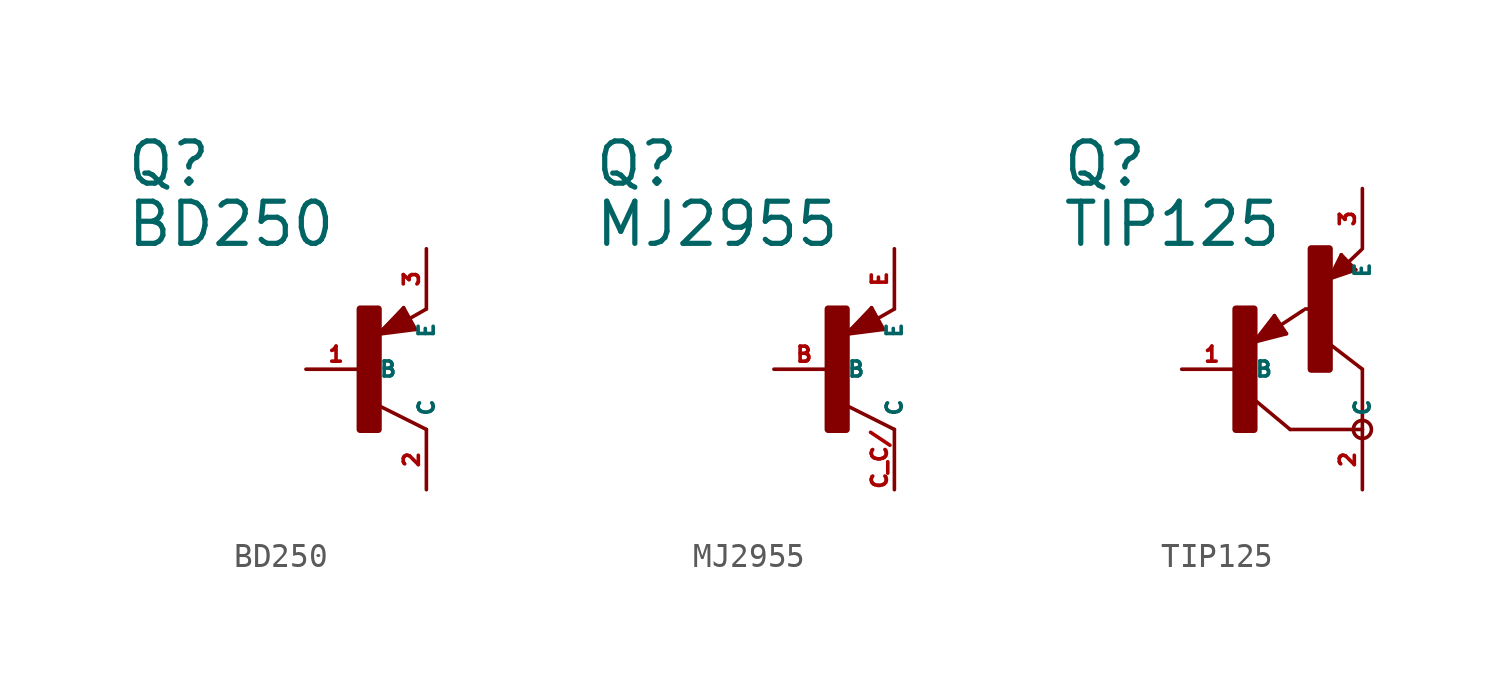
<source format=kicad_sym>
(kicad_symbol_lib
  (version 20220914)
  (generator Eagle2Kicad)
  (symbol "BD250"
    (property "Reference" "Q"
      (at -10.16 7.62 0)
      (effects (font (size 1.778 1.778) (thickness 0.22)) (justify left bottom)))
    (property "Value" "BD250"
      (at -10.16 5.08 0)
      (effects (font (size 1.778 1.778) (thickness 0.22)) (justify left bottom)))
    (polyline
      (pts (xy 2.086 1.678) (xy 1.578 2.594))
      (stroke (width 0.152) (type default))
      (fill (type none)))
    (polyline
      (pts (xy 1.578 2.594) (xy 0.516 1.478))
      (stroke (width 0.152) (type default))
      (fill (type none)))
    (polyline
      (pts (xy 0.516 1.478) (xy 2.086 1.678))
      (stroke (width 0.152) (type default))
      (fill (type none)))
    (polyline
      (pts (xy 2.54 2.54) (xy 1.808 2.124))
      (stroke (width 0.152) (type default))
      (fill (type none)))
    (polyline
      (pts (xy 2.54 -2.54) (xy 0.508 -1.524))
      (stroke (width 0.152) (type default))
      (fill (type none)))
    (polyline
      (pts (xy 1.905 1.778) (xy 1.524 2.413))
      (stroke (width 0.254) (type default))
      (fill (type none)))
    (polyline
      (pts (xy 1.524 2.413) (xy 0.762 1.651))
      (stroke (width 0.254) (type default))
      (fill (type none)))
    (polyline
      (pts (xy 0.762 1.651) (xy 1.778 1.778))
      (stroke (width 0.254) (type default))
      (fill (type none)))
    (polyline
      (pts (xy 1.778 1.778) (xy 1.524 2.159))
      (stroke (width 0.254) (type default))
      (fill (type none)))
    (polyline
      (pts (xy 1.524 2.159) (xy 1.143 1.905))
      (stroke (width 0.254) (type default))
      (fill (type none)))
    (polyline
      (pts (xy 1.143 1.905) (xy 1.524 1.905))
      (stroke (width 0.254) (type default))
      (fill (type none)))
    (rectangle
      (start -0.254 -2.54)
      (end 0.508 2.54)
      (stroke (width 0.3) (type default))
      (fill (type outline)))
    (pin passive line
      (at -2.54 0 0)
      (length 2.54)
      (name "B" (effects (font (size 0.635 0.635) (thickness 0.08)) (justify left bottom)))
      (number "1" (effects (font (size 0.635 0.635) (thickness 0.08)) (justify left bottom))))
    (pin passive line
      (at 2.54 5.08 270)
      (length 2.54)
      (name "E" (effects (font (size 0.635 0.635) (thickness 0.08)) (justify left bottom)))
      (number "3" (effects (font (size 0.635 0.635) (thickness 0.08)) (justify left bottom))))
    (pin passive line
      (at 2.54 -5.08 90)
      (length 2.54)
      (name "C" (effects (font (size 0.635 0.635) (thickness 0.08)) (justify left bottom)))
      (number "2" (effects (font (size 0.635 0.635) (thickness 0.08)) (justify left bottom)))))
  (symbol "MJ2955"
    (property "Reference" "Q"
      (at -10.16 7.62 0)
      (effects (font (size 1.778 1.778) (thickness 0.22)) (justify left bottom)))
    (property "Value" "MJ2955"
      (at -10.16 5.08 0)
      (effects (font (size 1.778 1.778) (thickness 0.22)) (justify left bottom)))
    (polyline
      (pts (xy 2.086 1.678) (xy 1.578 2.594))
      (stroke (width 0.152) (type default))
      (fill (type none)))
    (polyline
      (pts (xy 1.578 2.594) (xy 0.516 1.478))
      (stroke (width 0.152) (type default))
      (fill (type none)))
    (polyline
      (pts (xy 0.516 1.478) (xy 2.086 1.678))
      (stroke (width 0.152) (type default))
      (fill (type none)))
    (polyline
      (pts (xy 2.54 2.54) (xy 1.808 2.124))
      (stroke (width 0.152) (type default))
      (fill (type none)))
    (polyline
      (pts (xy 2.54 -2.54) (xy 0.508 -1.524))
      (stroke (width 0.152) (type default))
      (fill (type none)))
    (polyline
      (pts (xy 1.905 1.778) (xy 1.524 2.413))
      (stroke (width 0.254) (type default))
      (fill (type none)))
    (polyline
      (pts (xy 1.524 2.413) (xy 0.762 1.651))
      (stroke (width 0.254) (type default))
      (fill (type none)))
    (polyline
      (pts (xy 0.762 1.651) (xy 1.778 1.778))
      (stroke (width 0.254) (type default))
      (fill (type none)))
    (polyline
      (pts (xy 1.778 1.778) (xy 1.524 2.159))
      (stroke (width 0.254) (type default))
      (fill (type none)))
    (polyline
      (pts (xy 1.524 2.159) (xy 1.143 1.905))
      (stroke (width 0.254) (type default))
      (fill (type none)))
    (polyline
      (pts (xy 1.143 1.905) (xy 1.524 1.905))
      (stroke (width 0.254) (type default))
      (fill (type none)))
    (rectangle
      (start -0.254 -2.54)
      (end 0.508 2.54)
      (stroke (width 0.3) (type default))
      (fill (type outline)))
    (pin passive line
      (at -2.54 0 0)
      (length 2.54)
      (name "B" (effects (font (size 0.635 0.635) (thickness 0.08)) (justify left bottom)))
      (number "B" (effects (font (size 0.635 0.635) (thickness 0.08)) (justify left bottom))))
    (pin passive line
      (at 2.54 5.08 270)
      (length 2.54)
      (name "E" (effects (font (size 0.635 0.635) (thickness 0.08)) (justify left bottom)))
      (number "E" (effects (font (size 0.635 0.635) (thickness 0.08)) (justify left bottom))))
    (pin passive line
      (at 2.54 -5.08 90)
      (length 2.54)
      (name "C" (effects (font (size 0.635 0.635) (thickness 0.08)) (justify left bottom)))
      (number "C C/" (effects (font (size 0.635 0.635) (thickness 0.08)) (justify left bottom)))))
  (symbol "TIP125"
    (property "Reference" "Q"
      (at -7.62 7.62 0)
      (effects (font (size 1.778 1.778) (thickness 0.22)) (justify left bottom)))
    (property "Value" "TIP125"
      (at -7.62 5.08 0)
      (effects (font (size 1.778 1.778) (thickness 0.22)) (justify left bottom)))
    (polyline
      (pts (xy 5.08 -2.54) (xy 2.032 -2.54))
      (stroke (width 0.152) (type default))
      (fill (type none)))
    (polyline
      (pts (xy 2.032 -2.54) (xy 0.508 -1.27))
      (stroke (width 0.152) (type default))
      (fill (type none)))
    (polyline
      (pts (xy 5.08 0) (xy 3.429 1.27))
      (stroke (width 0.152) (type default))
      (fill (type none)))
    (polyline
      (pts (xy 1.37 2.259) (xy 0.508 1.143))
      (stroke (width 0.152) (type default))
      (fill (type none)))
    (polyline
      (pts (xy 1.878 1.497) (xy 1.37 2.259))
      (stroke (width 0.152) (type default))
      (fill (type none)))
    (polyline
      (pts (xy 0.508 1.143) (xy 1.878 1.497))
      (stroke (width 0.152) (type default))
      (fill (type none)))
    (polyline
      (pts (xy 1.608 1.843) (xy 2.586 2.486))
      (stroke (width 0.152) (type default))
      (fill (type none)))
    (polyline
      (pts (xy 0.635 1.27) (xy 1.397 2.159))
      (stroke (width 0.127) (type default))
      (fill (type none)))
    (polyline
      (pts (xy 1.397 2.159) (xy 1.778 1.524))
      (stroke (width 0.127) (type default))
      (fill (type none)))
    (polyline
      (pts (xy 1.778 1.524) (xy 0.762 1.27))
      (stroke (width 0.127) (type default))
      (fill (type none)))
    (polyline
      (pts (xy 0.762 1.27) (xy 1.397 2.032))
      (stroke (width 0.127) (type default))
      (fill (type none)))
    (polyline
      (pts (xy 1.397 2.032) (xy 1.651 1.651))
      (stroke (width 0.127) (type default))
      (fill (type none)))
    (polyline
      (pts (xy 1.651 1.651) (xy 0.889 1.397))
      (stroke (width 0.254) (type default))
      (fill (type none)))
    (polyline
      (pts (xy 0.889 1.397) (xy 1.397 1.905))
      (stroke (width 0.254) (type default))
      (fill (type none)))
    (polyline
      (pts (xy 1.397 1.905) (xy 1.397 1.778))
      (stroke (width 0.254) (type default))
      (fill (type none)))
    (polyline
      (pts (xy 3.683 3.81) (xy 4.799 4.191))
      (stroke (width 0.152) (type default))
      (fill (type none)))
    (polyline
      (pts (xy 4.191 4.826) (xy 3.683 3.81))
      (stroke (width 0.152) (type default))
      (fill (type none)))
    (polyline
      (pts (xy 4.799 4.191) (xy 4.191 4.826))
      (stroke (width 0.152) (type default))
      (fill (type none)))
    (polyline
      (pts (xy 4.483 4.51) (xy 5.026 5.026))
      (stroke (width 0.152) (type default))
      (fill (type none)))
    (polyline
      (pts (xy 3.81 3.937) (xy 4.191 4.699))
      (stroke (width 0.127) (type default))
      (fill (type none)))
    (polyline
      (pts (xy 4.191 4.699) (xy 4.699 4.191))
      (stroke (width 0.127) (type default))
      (fill (type none)))
    (polyline
      (pts (xy 4.699 4.191) (xy 3.937 3.937))
      (stroke (width 0.127) (type default))
      (fill (type none)))
    (polyline
      (pts (xy 3.937 3.937) (xy 4.191 4.572))
      (stroke (width 0.127) (type default))
      (fill (type none)))
    (polyline
      (pts (xy 4.191 4.572) (xy 4.572 4.191))
      (stroke (width 0.254) (type default))
      (fill (type none)))
    (polyline
      (pts (xy 4.572 4.191) (xy 4.064 4.064))
      (stroke (width 0.254) (type default))
      (fill (type none)))
    (polyline
      (pts (xy 4.064 4.064) (xy 4.191 4.318))
      (stroke (width 0.254) (type default))
      (fill (type none)))
    (polyline
      (pts (xy 4.191 4.318) (xy 4.318 4.318))
      (stroke (width 0.254) (type default))
      (fill (type none)))
    (polyline
      (pts (xy 5.08 -2.54) (xy 5.08 0))
      (stroke (width 0.152) (type default))
      (fill (type none)))
    (polyline
      (pts (xy 2.667 2.54) (xy 2.921 2.54))
      (stroke (width 0.152) (type default))
      (fill (type none)))
    (circle
      (center 5.08 -2.54)
      (radius 0.381)
      (stroke (width 0) (type default))
      (fill (type none)))
    (rectangle
      (start -0.254 -2.54)
      (end 0.508 2.54)
      (stroke (width 0.3) (type default))
      (fill (type outline)))
    (rectangle
      (start 2.921 0)
      (end 3.683 5.08)
      (stroke (width 0.3) (type default))
      (fill (type outline)))
    (pin passive line
      (at -2.54 0 0)
      (length 2.54)
      (name "B" (effects (font (size 0.635 0.635) (thickness 0.08)) (justify left bottom)))
      (number "1" (effects (font (size 0.635 0.635) (thickness 0.08)) (justify left bottom))))
    (pin passive line
      (at 5.08 7.62 270)
      (length 2.54)
      (name "E" (effects (font (size 0.635 0.635) (thickness 0.08)) (justify left bottom)))
      (number "3" (effects (font (size 0.635 0.635) (thickness 0.08)) (justify left bottom))))
    (pin passive line
      (at 5.08 -5.08 90)
      (length 2.54)
      (name "C" (effects (font (size 0.635 0.635) (thickness 0.08)) (justify left bottom)))
      (number "2" (effects (font (size 0.635 0.635) (thickness 0.08)) (justify left bottom))))))
</source>
